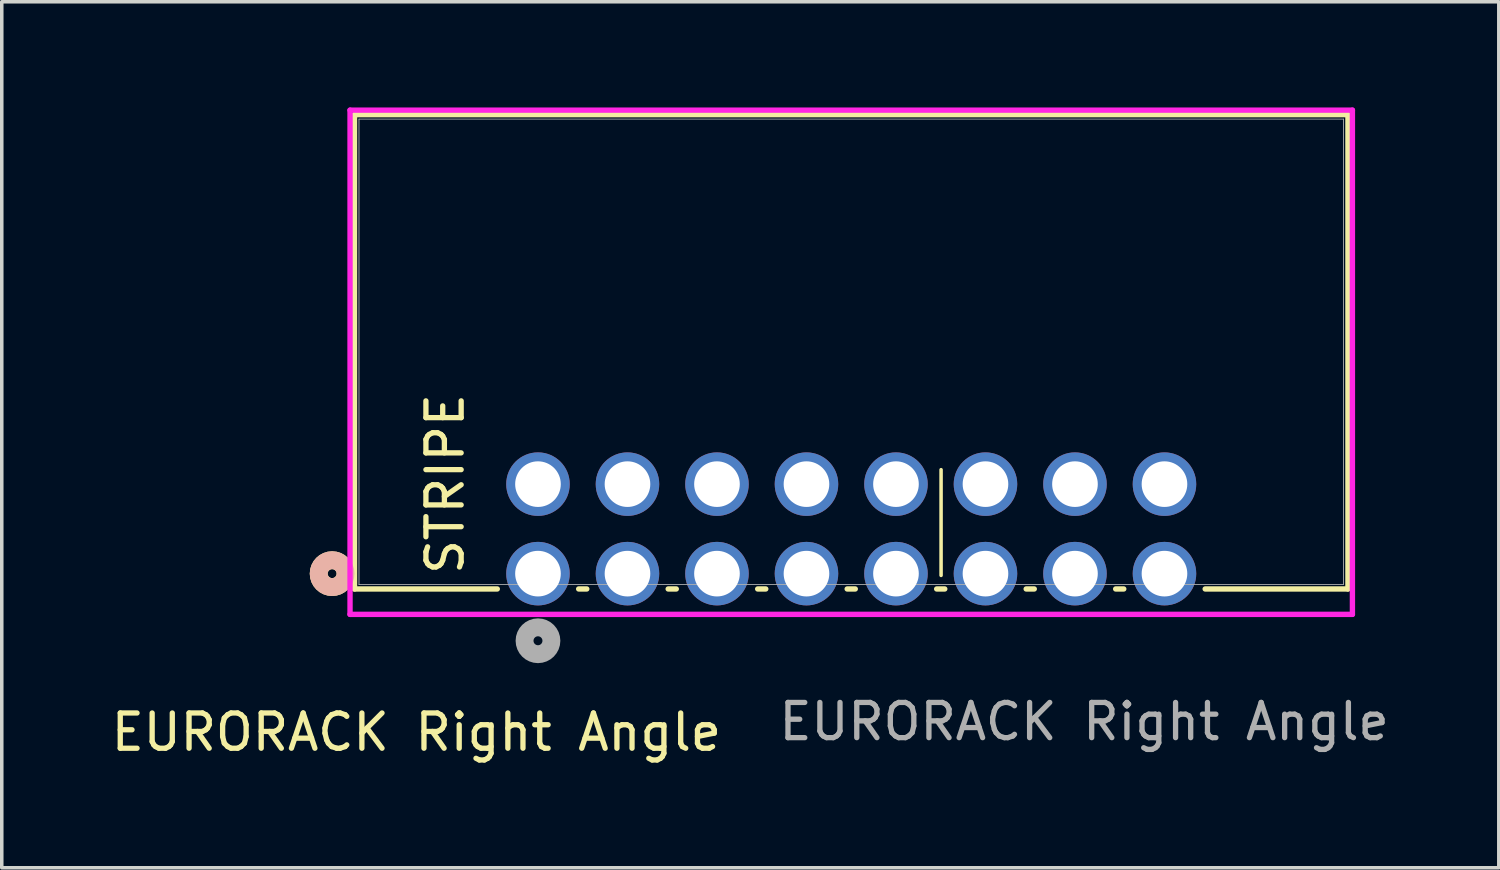
<source format=kicad_pcb>
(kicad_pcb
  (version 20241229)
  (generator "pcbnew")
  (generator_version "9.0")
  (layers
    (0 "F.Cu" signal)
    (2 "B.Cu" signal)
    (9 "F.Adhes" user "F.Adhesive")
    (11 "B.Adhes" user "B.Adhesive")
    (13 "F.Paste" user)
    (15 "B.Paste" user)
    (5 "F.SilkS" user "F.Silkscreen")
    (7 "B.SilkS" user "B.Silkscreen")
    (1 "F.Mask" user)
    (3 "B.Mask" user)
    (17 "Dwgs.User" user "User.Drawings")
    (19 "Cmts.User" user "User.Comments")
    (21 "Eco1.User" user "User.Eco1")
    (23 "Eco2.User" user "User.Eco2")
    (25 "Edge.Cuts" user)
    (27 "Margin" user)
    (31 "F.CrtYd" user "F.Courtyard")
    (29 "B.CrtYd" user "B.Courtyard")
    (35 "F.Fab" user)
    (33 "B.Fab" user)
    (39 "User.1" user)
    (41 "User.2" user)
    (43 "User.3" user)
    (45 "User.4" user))
  (footprint "EURORACK Right Angle"
    (layer "F.Cu")
    (at 12.218 13.23)
    (property "Reference" "EURORACK Right Angle" (at -3.45 4.5 0) (unlocked yes) (layer "F.SilkS") (effects (font (size 1 1) (thickness 0.15))))
    (attr through_hole)
    (fp_line (start -5.207 -13.027) (end -5.207 0.435) (stroke (width 0.152) (type solid)) (layer "F.SilkS"))
    (fp_line (start -5.207 0.435) (end -1.155 0.435) (stroke (width 0.152) (type solid)) (layer "F.SilkS"))
    (fp_line (start 1.155 0.435) (end 1.385 0.435) (stroke (width 0.152) (type solid)) (layer "F.SilkS"))
    (fp_line (start 3.695 0.435) (end 3.925 0.435) (stroke (width 0.152) (type solid)) (layer "F.SilkS"))
    (fp_line (start 6.235 0.435) (end 6.465 0.435) (stroke (width 0.152) (type solid)) (layer "F.SilkS"))
    (fp_line (start 8.775 0.435) (end 9.005 0.435) (stroke (width 0.152) (type solid)) (layer "F.SilkS"))
    (fp_line (start 11.315 0.435) (end 11.545 0.435) (stroke (width 0.152) (type solid)) (layer "F.SilkS"))
    (fp_line (start 11.44 0.05) (end 11.44 -2.95) (stroke (width 0.1) (type default)) (layer "F.SilkS"))
    (fp_line (start 13.855 0.435) (end 14.085 0.435) (stroke (width 0.152) (type solid)) (layer "F.SilkS"))
    (fp_line (start 16.395 0.435) (end 16.625 0.435) (stroke (width 0.152) (type solid)) (layer "F.SilkS"))
    (fp_line (start 18.935 0.435) (end 22.987 0.435) (stroke (width 0.152) (type solid)) (layer "F.SilkS"))
    (fp_line (start 22.987 -13.027) (end -5.207 -13.027) (stroke (width 0.152) (type solid)) (layer "F.SilkS"))
    (fp_line (start 22.987 0.435) (end 22.987 -13.027) (stroke (width 0.152) (type solid)) (layer "F.SilkS"))
    (fp_circle (center -5.842 0) (end -5.461 0) (stroke (width 0.508) (type solid)) (fill no) (layer "F.SilkS"))
    (fp_circle (center -5.842 0) (end -5.461 0) (stroke (width 0.508) (type solid)) (fill no) (layer "B.SilkS"))
    (fp_line (start -5.334 -13.154) (end -5.334 1.156) (stroke (width 0.152) (type solid)) (layer "F.CrtYd"))
    (fp_line (start -5.334 1.156) (end 23.114 1.156) (stroke (width 0.152) (type solid)) (layer "F.CrtYd"))
    (fp_line (start 23.114 -13.154) (end -5.334 -13.154) (stroke (width 0.152) (type solid)) (layer "F.CrtYd"))
    (fp_line (start 23.114 1.156) (end 23.114 -13.154) (stroke (width 0.152) (type solid)) (layer "F.CrtYd"))
    (fp_line (start -5.08 -12.9) (end -5.08 0.308) (stroke (width 0.025) (type solid)) (layer "F.Fab"))
    (fp_line (start -5.08 0.308) (end 22.86 0.308) (stroke (width 0.025) (type solid)) (layer "F.Fab"))
    (fp_line (start 22.86 -12.9) (end -5.08 -12.9) (stroke (width 0.025) (type solid)) (layer "F.Fab"))
    (fp_line (start 22.86 0.308) (end 22.86 -12.9) (stroke (width 0.025) (type solid)) (layer "F.Fab"))
    (fp_circle (center 0 1.905) (end 0.381 1.905) (stroke (width 0.508) (type solid)) (fill no) (layer "F.Fab"))
    (fp_text user "STRIPE" (at -2.05 0.1 90) (unlocked yes) (layer "F.SilkS") (effects (font (size 1 1) (thickness 0.15)) (justify left bottom)))
    (fp_text user "${REFERENCE}" (at 15.5 4.2 0) (unlocked yes) (layer "F.Fab") (effects (font (size 1 1) (thickness 0.15))))
    (pad "1" thru_hole circle (at 0 0) (size 1.803 1.803) (drill 1.295) (layers "*.Cu" "*.Mask"))
    (pad "2" thru_hole circle (at 0 -2.54) (size 1.803 1.803) (drill 1.295) (layers "*.Cu" "*.Mask"))
    (pad "3" thru_hole circle (at 2.54 0) (size 1.803 1.803) (drill 1.295) (layers "*.Cu" "*.Mask"))
    (pad "4" thru_hole circle (at 2.54 -2.54) (size 1.803 1.803) (drill 1.295) (layers "*.Cu" "*.Mask"))
    (pad "5" thru_hole circle (at 5.08 0) (size 1.803 1.803) (drill 1.295) (layers "*.Cu" "*.Mask"))
    (pad "6" thru_hole circle (at 5.08 -2.54) (size 1.803 1.803) (drill 1.295) (layers "*.Cu" "*.Mask"))
    (pad "7" thru_hole circle (at 7.62 0) (size 1.803 1.803) (drill 1.295) (layers "*.Cu" "*.Mask"))
    (pad "8" thru_hole circle (at 7.62 -2.54) (size 1.803 1.803) (drill 1.295) (layers "*.Cu" "*.Mask"))
    (pad "9" thru_hole circle (at 10.16 0) (size 1.803 1.803) (drill 1.295) (layers "*.Cu" "*.Mask"))
    (pad "10" thru_hole circle (at 10.16 -2.54) (size 1.803 1.803) (drill 1.295) (layers "*.Cu" "*.Mask"))
    (pad "11" thru_hole circle (at 12.7 0) (size 1.803 1.803) (drill 1.295) (layers "*.Cu" "*.Mask"))
    (pad "12" thru_hole circle (at 12.7 -2.54) (size 1.803 1.803) (drill 1.295) (layers "*.Cu" "*.Mask"))
    (pad "13" thru_hole circle (at 15.24 0) (size 1.803 1.803) (drill 1.295) (layers "*.Cu" "*.Mask"))
    (pad "14" thru_hole circle (at 15.24 -2.54) (size 1.803 1.803) (drill 1.295) (layers "*.Cu" "*.Mask"))
    (pad "15" thru_hole circle (at 17.78 0) (size 1.803 1.803) (drill 1.295) (layers "*.Cu" "*.Mask"))
    (pad "16" thru_hole circle (at 17.78 -2.54) (size 1.803 1.803) (drill 1.295) (layers "*.Cu" "*.Mask")))
  (gr_rect
    (start -3 -3)
    (end 39.486 21.578)
    (stroke (width 0.1) (type default))
    (fill no)
    (layer "Edge.Cuts")))
</source>
